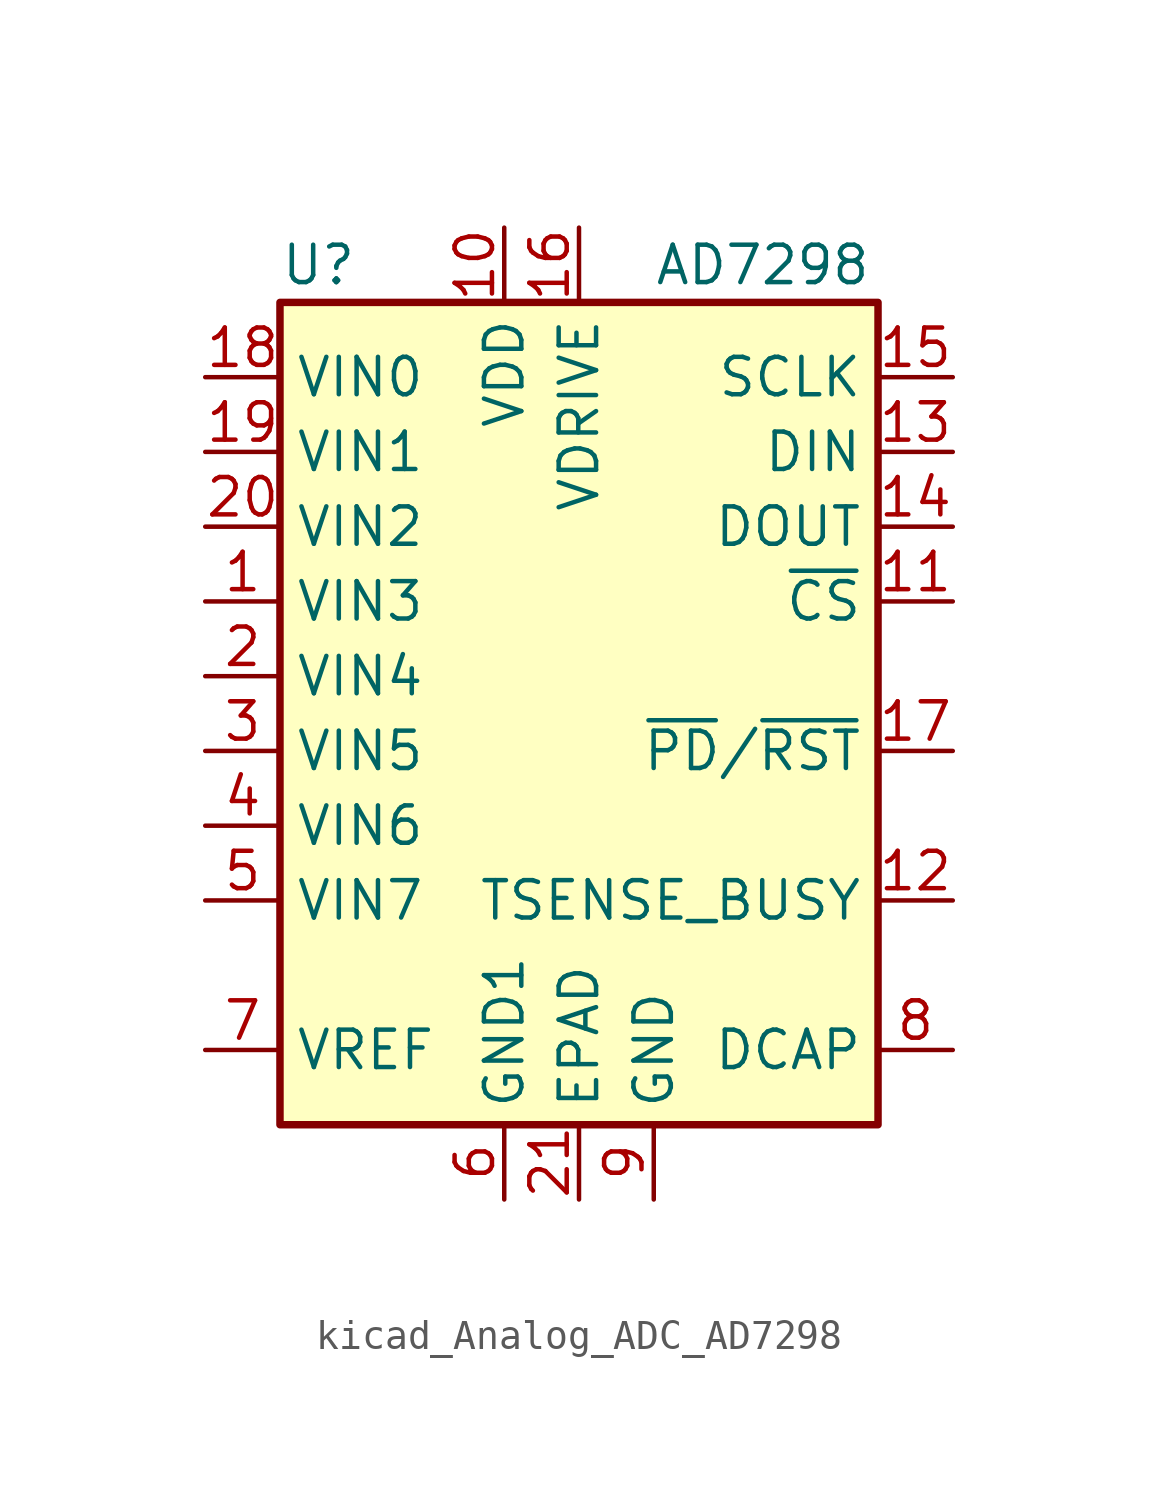
<source format=kicad_sym>
(kicad_symbol_lib
  (version 20220914)
  (generator kicad_symbol_editor)
  (symbol "kicad_Analog_ADC_AD7298"
    (property "Reference" "U"
      (at -10.16 13.97 0)
      (effects (font (size 1.27 1.27)) (justify left)))
    (property "Value" "AD7298"
      (at 2.54 13.97 0)
      (effects (font (size 1.27 1.27)) (justify left)))
    (symbol "kicad_Analog_ADC_AD7298_0_1"
      (rectangle (start -10.16 12.7) (end 10.16 -15.24) (stroke (width 0.254) (type default)) (fill (type background))))
    (symbol "kicad_Analog_ADC_AD7298_1_1"
      (pin input line (at -12.7 2.54 0) (length 2.54) (name "VIN3" (effects (font (size 1.27 1.27)))) (number "1" (effects (font (size 1.27 1.27)))))
      (pin power_in line (at -2.54 15.24 270) (length 2.54) (name "VDD" (effects (font (size 1.27 1.27)))) (number "10" (effects (font (size 1.27 1.27)))))
      (pin input line (at 12.7 2.54 180) (length 2.54) (name "~{CS}" (effects (font (size 1.27 1.27)))) (number "11" (effects (font (size 1.27 1.27)))))
      (pin output line (at 12.7 -7.62 180) (length 2.54) (name "TSENSE_BUSY" (effects (font (size 1.27 1.27)))) (number "12" (effects (font (size 1.27 1.27)))))
      (pin input line (at 12.7 7.62 180) (length 2.54) (name "DIN" (effects (font (size 1.27 1.27)))) (number "13" (effects (font (size 1.27 1.27)))))
      (pin output line (at 12.7 5.08 180) (length 2.54) (name "DOUT" (effects (font (size 1.27 1.27)))) (number "14" (effects (font (size 1.27 1.27)))))
      (pin input line (at 12.7 10.16 180) (length 2.54) (name "SCLK" (effects (font (size 1.27 1.27)))) (number "15" (effects (font (size 1.27 1.27)))))
      (pin power_in line (at 0 15.24 270) (length 2.54) (name "VDRIVE" (effects (font (size 1.27 1.27)))) (number "16" (effects (font (size 1.27 1.27)))))
      (pin input line (at 12.7 -2.54 180) (length 2.54) (name "~{PD}/~{RST}" (effects (font (size 1.27 1.27)))) (number "17" (effects (font (size 1.27 1.27)))))
      (pin input line (at -12.7 10.16 0) (length 2.54) (name "VIN0" (effects (font (size 1.27 1.27)))) (number "18" (effects (font (size 1.27 1.27)))))
      (pin input line (at -12.7 7.62 0) (length 2.54) (name "VIN1" (effects (font (size 1.27 1.27)))) (number "19" (effects (font (size 1.27 1.27)))))
      (pin input line (at -12.7 0 0) (length 2.54) (name "VIN4" (effects (font (size 1.27 1.27)))) (number "2" (effects (font (size 1.27 1.27)))))
      (pin input line (at -12.7 5.08 0) (length 2.54) (name "VIN2" (effects (font (size 1.27 1.27)))) (number "20" (effects (font (size 1.27 1.27)))))
      (pin power_in line (at 0 -17.78 90) (length 2.54) (name "EPAD" (effects (font (size 1.27 1.27)))) (number "21" (effects (font (size 1.27 1.27)))))
      (pin input line (at -12.7 -2.54 0) (length 2.54) (name "VIN5" (effects (font (size 1.27 1.27)))) (number "3" (effects (font (size 1.27 1.27)))))
      (pin input line (at -12.7 -5.08 0) (length 2.54) (name "VIN6" (effects (font (size 1.27 1.27)))) (number "4" (effects (font (size 1.27 1.27)))))
      (pin input line (at -12.7 -7.62 0) (length 2.54) (name "VIN7" (effects (font (size 1.27 1.27)))) (number "5" (effects (font (size 1.27 1.27)))))
      (pin power_in line (at -2.54 -17.78 90) (length 2.54) (name "GND1" (effects (font (size 1.27 1.27)))) (number "6" (effects (font (size 1.27 1.27)))))
      (pin passive line (at -12.7 -12.7 0) (length 2.54) (name "VREF" (effects (font (size 1.27 1.27)))) (number "7" (effects (font (size 1.27 1.27)))))
      (pin passive line (at 12.7 -12.7 180) (length 2.54) (name "DCAP" (effects (font (size 1.27 1.27)))) (number "8" (effects (font (size 1.27 1.27)))))
      (pin power_in line (at 2.54 -17.78 90) (length 2.54) (name "GND" (effects (font (size 1.27 1.27)))) (number "9" (effects (font (size 1.27 1.27))))))))
</source>
